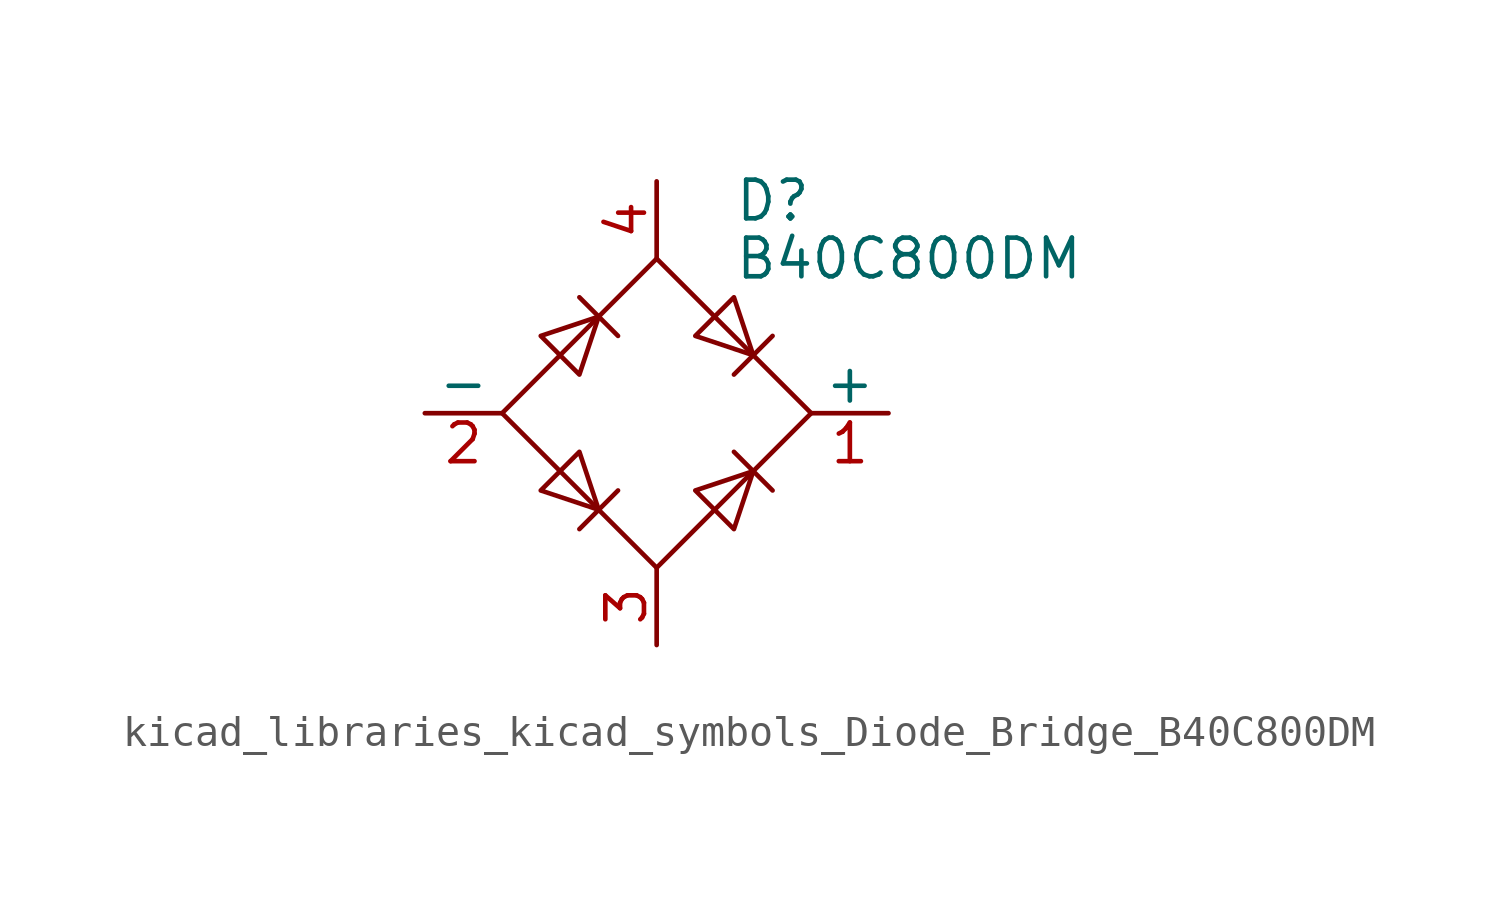
<source format=kicad_sym>
(kicad_symbol_lib
  (version 20220914)
  (generator kicad_symbol_editor)
  (symbol "kicad_libraries_kicad_symbols_Diode_Bridge_B40C800DM"
    (pin_names
      (offset 0))
    (property "Reference" "D"
      (at 2.54 6.985 0)
      (effects (font (size 1.27 1.27)) (justify left)))
    (property "Value" "B40C800DM"
      (at 2.54 5.08 0)
      (effects (font (size 1.27 1.27)) (justify left)))
    (symbol "kicad_libraries_kicad_symbols_Diode_Bridge_B40C800DM_0_1"
      (polyline (pts (xy -2.54 3.81) (xy -1.27 2.54)) (stroke (width 0) (type default)) (fill (type none)))
      (polyline (pts (xy -1.27 -2.54) (xy -2.54 -3.81)) (stroke (width 0) (type default)) (fill (type none)))
      (polyline (pts (xy 2.54 -1.27) (xy 3.81 -2.54)) (stroke (width 0) (type default)) (fill (type none)))
      (polyline (pts (xy 2.54 1.27) (xy 3.81 2.54)) (stroke (width 0) (type default)) (fill (type none)))
      (polyline (pts (xy -3.81 2.54) (xy -2.54 1.27) (xy -1.905 3.175) (xy -3.81 2.54)) (stroke (width 0) (type default)) (fill (type none)))
      (polyline (pts (xy -2.54 -1.27) (xy -3.81 -2.54) (xy -1.905 -3.175) (xy -2.54 -1.27)) (stroke (width 0) (type default)) (fill (type none)))
      (polyline (pts (xy 1.27 2.54) (xy 2.54 3.81) (xy 3.175 1.905) (xy 1.27 2.54)) (stroke (width 0) (type default)) (fill (type none)))
      (polyline (pts (xy 3.175 -1.905) (xy 1.27 -2.54) (xy 2.54 -3.81) (xy 3.175 -1.905)) (stroke (width 0) (type default)) (fill (type none)))
      (polyline (pts (xy -5.08 0) (xy 0 -5.08) (xy 5.08 0) (xy 0 5.08) (xy -5.08 0)) (stroke (width 0) (type default)) (fill (type none))))
    (symbol "kicad_libraries_kicad_symbols_Diode_Bridge_B40C800DM_1_1"
      (pin passive line (at 7.62 0 180) (length 2.54) (name "+" (effects (font (size 1.27 1.27)))) (number "1" (effects (font (size 1.27 1.27)))))
      (pin passive line (at -7.62 0 0) (length 2.54) (name "-" (effects (font (size 1.27 1.27)))) (number "2" (effects (font (size 1.27 1.27)))))
      (pin passive line (at 0 -7.62 90) (length 2.54) (name "~" (effects (font (size 1.27 1.27)))) (number "3" (effects (font (size 1.27 1.27)))))
      (pin passive line (at 0 7.62 270) (length 2.54) (name "~" (effects (font (size 1.27 1.27)))) (number "4" (effects (font (size 1.27 1.27))))))))
</source>
